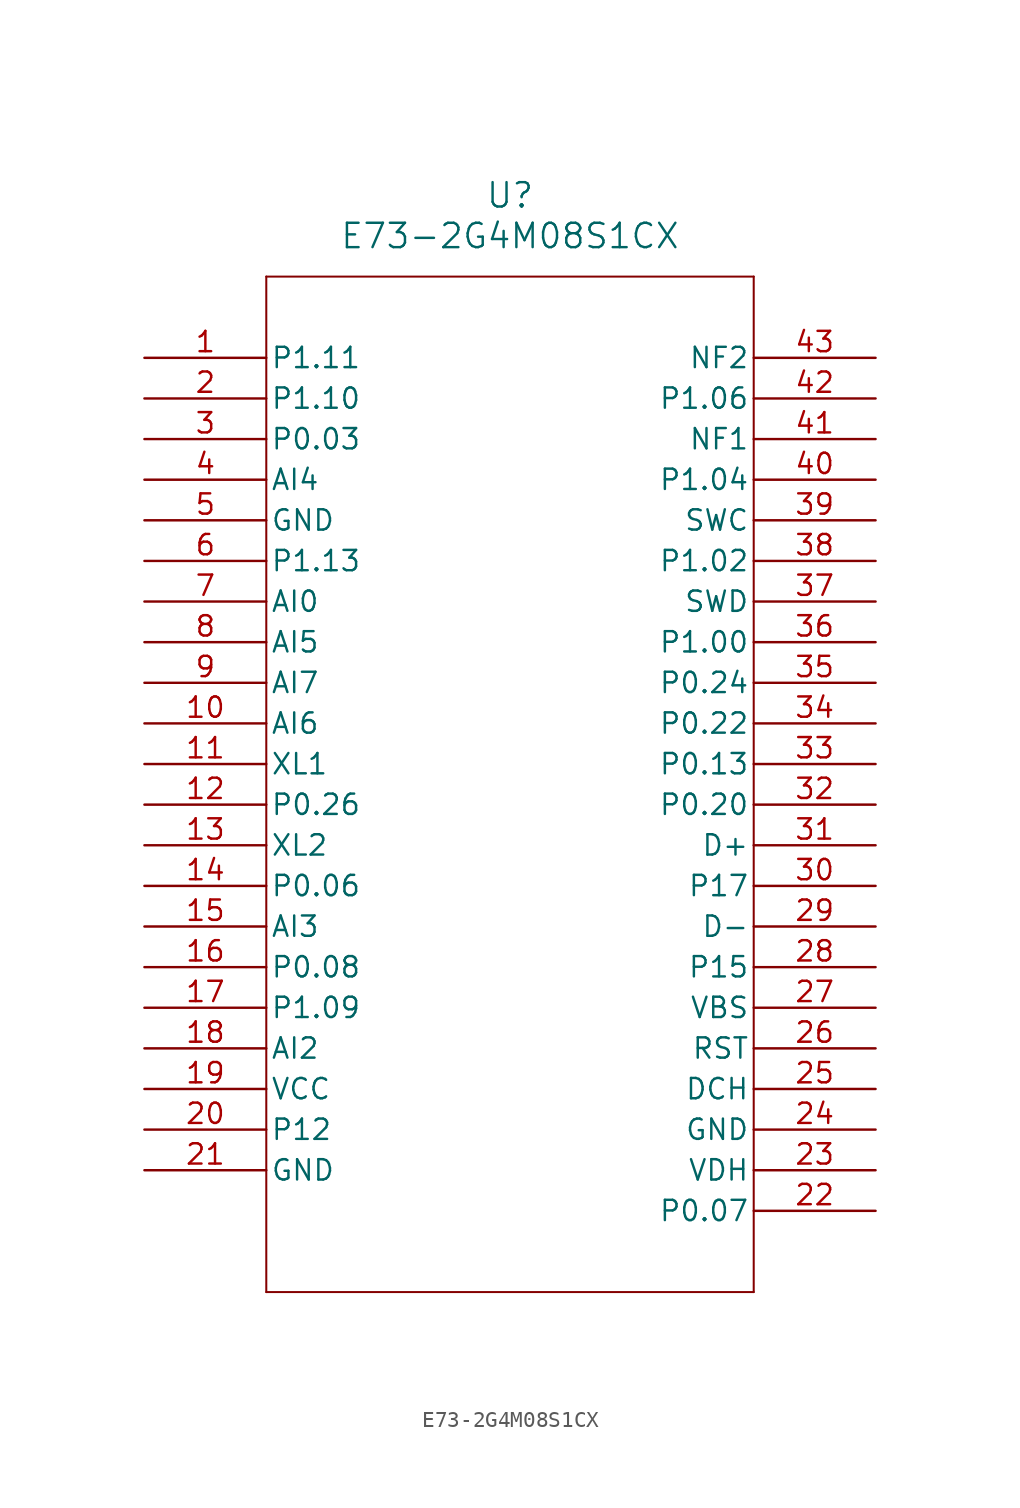
<source format=kicad_sym>
(kicad_symbol_lib
  (version 20231120)
  (generator "kicad_symbol_editor")
  (generator_version "8.0")
  (symbol "E73-2G4M08S1CX"
    (pin_names
      (offset 0.254))
    (property "Reference" "U"
      (at 22.86 10.16 0)
      (effects (font (size 1.524 1.524))))
    (property "Value" "E73-2G4M08S1CX"
      (at 22.86 7.62 0)
      (effects (font (size 1.524 1.524))))
    (property "ki_locked" ""
      (at 0 0 0)
      (effects (font (size 1.27 1.27))))
    (symbol "E73-2G4M08S1CX_0_1"
      (polyline (pts (xy 7.62 -58.42) (xy 38.1 -58.42)) (stroke (width 0.127) (type default)) (fill (type none)))
      (polyline (pts (xy 7.62 5.08) (xy 7.62 -58.42)) (stroke (width 0.127) (type default)) (fill (type none)))
      (polyline (pts (xy 38.1 -58.42) (xy 38.1 5.08)) (stroke (width 0.127) (type default)) (fill (type none)))
      (polyline (pts (xy 38.1 5.08) (xy 7.62 5.08)) (stroke (width 0.127) (type default)) (fill (type none)))
      (pin bidirectional line (at 0 0 0) (length 7.62) (name "P1.11" (effects (font (size 1.27 1.27)))) (number "1" (effects (font (size 1.27 1.27)))))
      (pin bidirectional line (at 0 -22.86 0) (length 7.62) (name "AI6" (effects (font (size 1.27 1.27)))) (number "10" (effects (font (size 1.27 1.27)))))
      (pin bidirectional line (at 0 -25.4 0) (length 7.62) (name "XL1" (effects (font (size 1.27 1.27)))) (number "11" (effects (font (size 1.27 1.27)))))
      (pin bidirectional line (at 0 -27.94 0) (length 7.62) (name "P0.26" (effects (font (size 1.27 1.27)))) (number "12" (effects (font (size 1.27 1.27)))))
      (pin bidirectional line (at 0 -30.48 0) (length 7.62) (name "XL2" (effects (font (size 1.27 1.27)))) (number "13" (effects (font (size 1.27 1.27)))))
      (pin bidirectional line (at 0 -33.02 0) (length 7.62) (name "P0.06" (effects (font (size 1.27 1.27)))) (number "14" (effects (font (size 1.27 1.27)))))
      (pin bidirectional line (at 0 -35.56 0) (length 7.62) (name "AI3" (effects (font (size 1.27 1.27)))) (number "15" (effects (font (size 1.27 1.27)))))
      (pin bidirectional line (at 0 -38.1 0) (length 7.62) (name "P0.08" (effects (font (size 1.27 1.27)))) (number "16" (effects (font (size 1.27 1.27)))))
      (pin bidirectional line (at 0 -40.64 0) (length 7.62) (name "P1.09" (effects (font (size 1.27 1.27)))) (number "17" (effects (font (size 1.27 1.27)))))
      (pin bidirectional line (at 0 -43.18 0) (length 7.62) (name "AI2" (effects (font (size 1.27 1.27)))) (number "18" (effects (font (size 1.27 1.27)))))
      (pin power_in line (at 0 -45.72 0) (length 7.62) (name "VCC" (effects (font (size 1.27 1.27)))) (number "19" (effects (font (size 1.27 1.27)))))
      (pin bidirectional line (at 0 -2.54 0) (length 7.62) (name "P1.10" (effects (font (size 1.27 1.27)))) (number "2" (effects (font (size 1.27 1.27)))))
      (pin bidirectional line (at 0 -48.26 0) (length 7.62) (name "P12" (effects (font (size 1.27 1.27)))) (number "20" (effects (font (size 1.27 1.27)))))
      (pin power_in line (at 0 -50.8 0) (length 7.62) (name "GND" (effects (font (size 1.27 1.27)))) (number "21" (effects (font (size 1.27 1.27)))))
      (pin bidirectional line (at 45.72 -53.34 180) (length 7.62) (name "P0.07" (effects (font (size 1.27 1.27)))) (number "22" (effects (font (size 1.27 1.27)))))
      (pin power_in line (at 45.72 -50.8 180) (length 7.62) (name "VDH" (effects (font (size 1.27 1.27)))) (number "23" (effects (font (size 1.27 1.27)))))
      (pin power_in line (at 45.72 -48.26 180) (length 7.62) (name "GND" (effects (font (size 1.27 1.27)))) (number "24" (effects (font (size 1.27 1.27)))))
      (pin power_in line (at 45.72 -45.72 180) (length 7.62) (name "DCH" (effects (font (size 1.27 1.27)))) (number "25" (effects (font (size 1.27 1.27)))))
      (pin bidirectional line (at 45.72 -43.18 180) (length 7.62) (name "RST" (effects (font (size 1.27 1.27)))) (number "26" (effects (font (size 1.27 1.27)))))
      (pin power_in line (at 45.72 -40.64 180) (length 7.62) (name "VBS" (effects (font (size 1.27 1.27)))) (number "27" (effects (font (size 1.27 1.27)))))
      (pin bidirectional line (at 45.72 -38.1 180) (length 7.62) (name "P15" (effects (font (size 1.27 1.27)))) (number "28" (effects (font (size 1.27 1.27)))))
      (pin bidirectional line (at 45.72 -35.56 180) (length 7.62) (name "D-" (effects (font (size 1.27 1.27)))) (number "29" (effects (font (size 1.27 1.27)))))
      (pin bidirectional line (at 0 -5.08 0) (length 7.62) (name "P0.03" (effects (font (size 1.27 1.27)))) (number "3" (effects (font (size 1.27 1.27)))))
      (pin bidirectional line (at 45.72 -33.02 180) (length 7.62) (name "P17" (effects (font (size 1.27 1.27)))) (number "30" (effects (font (size 1.27 1.27)))))
      (pin bidirectional line (at 45.72 -30.48 180) (length 7.62) (name "D+" (effects (font (size 1.27 1.27)))) (number "31" (effects (font (size 1.27 1.27)))))
      (pin bidirectional line (at 45.72 -27.94 180) (length 7.62) (name "P0.20" (effects (font (size 1.27 1.27)))) (number "32" (effects (font (size 1.27 1.27)))))
      (pin bidirectional line (at 45.72 -25.4 180) (length 7.62) (name "P0.13" (effects (font (size 1.27 1.27)))) (number "33" (effects (font (size 1.27 1.27)))))
      (pin bidirectional line (at 45.72 -22.86 180) (length 7.62) (name "P0.22" (effects (font (size 1.27 1.27)))) (number "34" (effects (font (size 1.27 1.27)))))
      (pin bidirectional line (at 45.72 -20.32 180) (length 7.62) (name "P0.24" (effects (font (size 1.27 1.27)))) (number "35" (effects (font (size 1.27 1.27)))))
      (pin bidirectional line (at 45.72 -17.78 180) (length 7.62) (name "P1.00" (effects (font (size 1.27 1.27)))) (number "36" (effects (font (size 1.27 1.27)))))
      (pin bidirectional line (at 45.72 -15.24 180) (length 7.62) (name "SWD" (effects (font (size 1.27 1.27)))) (number "37" (effects (font (size 1.27 1.27)))))
      (pin bidirectional line (at 45.72 -12.7 180) (length 7.62) (name "P1.02" (effects (font (size 1.27 1.27)))) (number "38" (effects (font (size 1.27 1.27)))))
      (pin bidirectional line (at 45.72 -10.16 180) (length 7.62) (name "SWC" (effects (font (size 1.27 1.27)))) (number "39" (effects (font (size 1.27 1.27)))))
      (pin bidirectional line (at 0 -7.62 0) (length 7.62) (name "AI4" (effects (font (size 1.27 1.27)))) (number "4" (effects (font (size 1.27 1.27)))))
      (pin bidirectional line (at 45.72 -7.62 180) (length 7.62) (name "P1.04" (effects (font (size 1.27 1.27)))) (number "40" (effects (font (size 1.27 1.27)))))
      (pin bidirectional line (at 45.72 -5.08 180) (length 7.62) (name "NF1" (effects (font (size 1.27 1.27)))) (number "41" (effects (font (size 1.27 1.27)))))
      (pin bidirectional line (at 45.72 -2.54 180) (length 7.62) (name "P1.06" (effects (font (size 1.27 1.27)))) (number "42" (effects (font (size 1.27 1.27)))))
      (pin bidirectional line (at 45.72 0 180) (length 7.62) (name "NF2" (effects (font (size 1.27 1.27)))) (number "43" (effects (font (size 1.27 1.27)))))
      (pin power_in line (at 0 -10.16 0) (length 7.62) (name "GND" (effects (font (size 1.27 1.27)))) (number "5" (effects (font (size 1.27 1.27)))))
      (pin bidirectional line (at 0 -12.7 0) (length 7.62) (name "P1.13" (effects (font (size 1.27 1.27)))) (number "6" (effects (font (size 1.27 1.27)))))
      (pin bidirectional line (at 0 -15.24 0) (length 7.62) (name "AI0" (effects (font (size 1.27 1.27)))) (number "7" (effects (font (size 1.27 1.27)))))
      (pin bidirectional line (at 0 -17.78 0) (length 7.62) (name "AI5" (effects (font (size 1.27 1.27)))) (number "8" (effects (font (size 1.27 1.27)))))
      (pin bidirectional line (at 0 -20.32 0) (length 7.62) (name "AI7" (effects (font (size 1.27 1.27)))) (number "9" (effects (font (size 1.27 1.27))))))))
</source>
